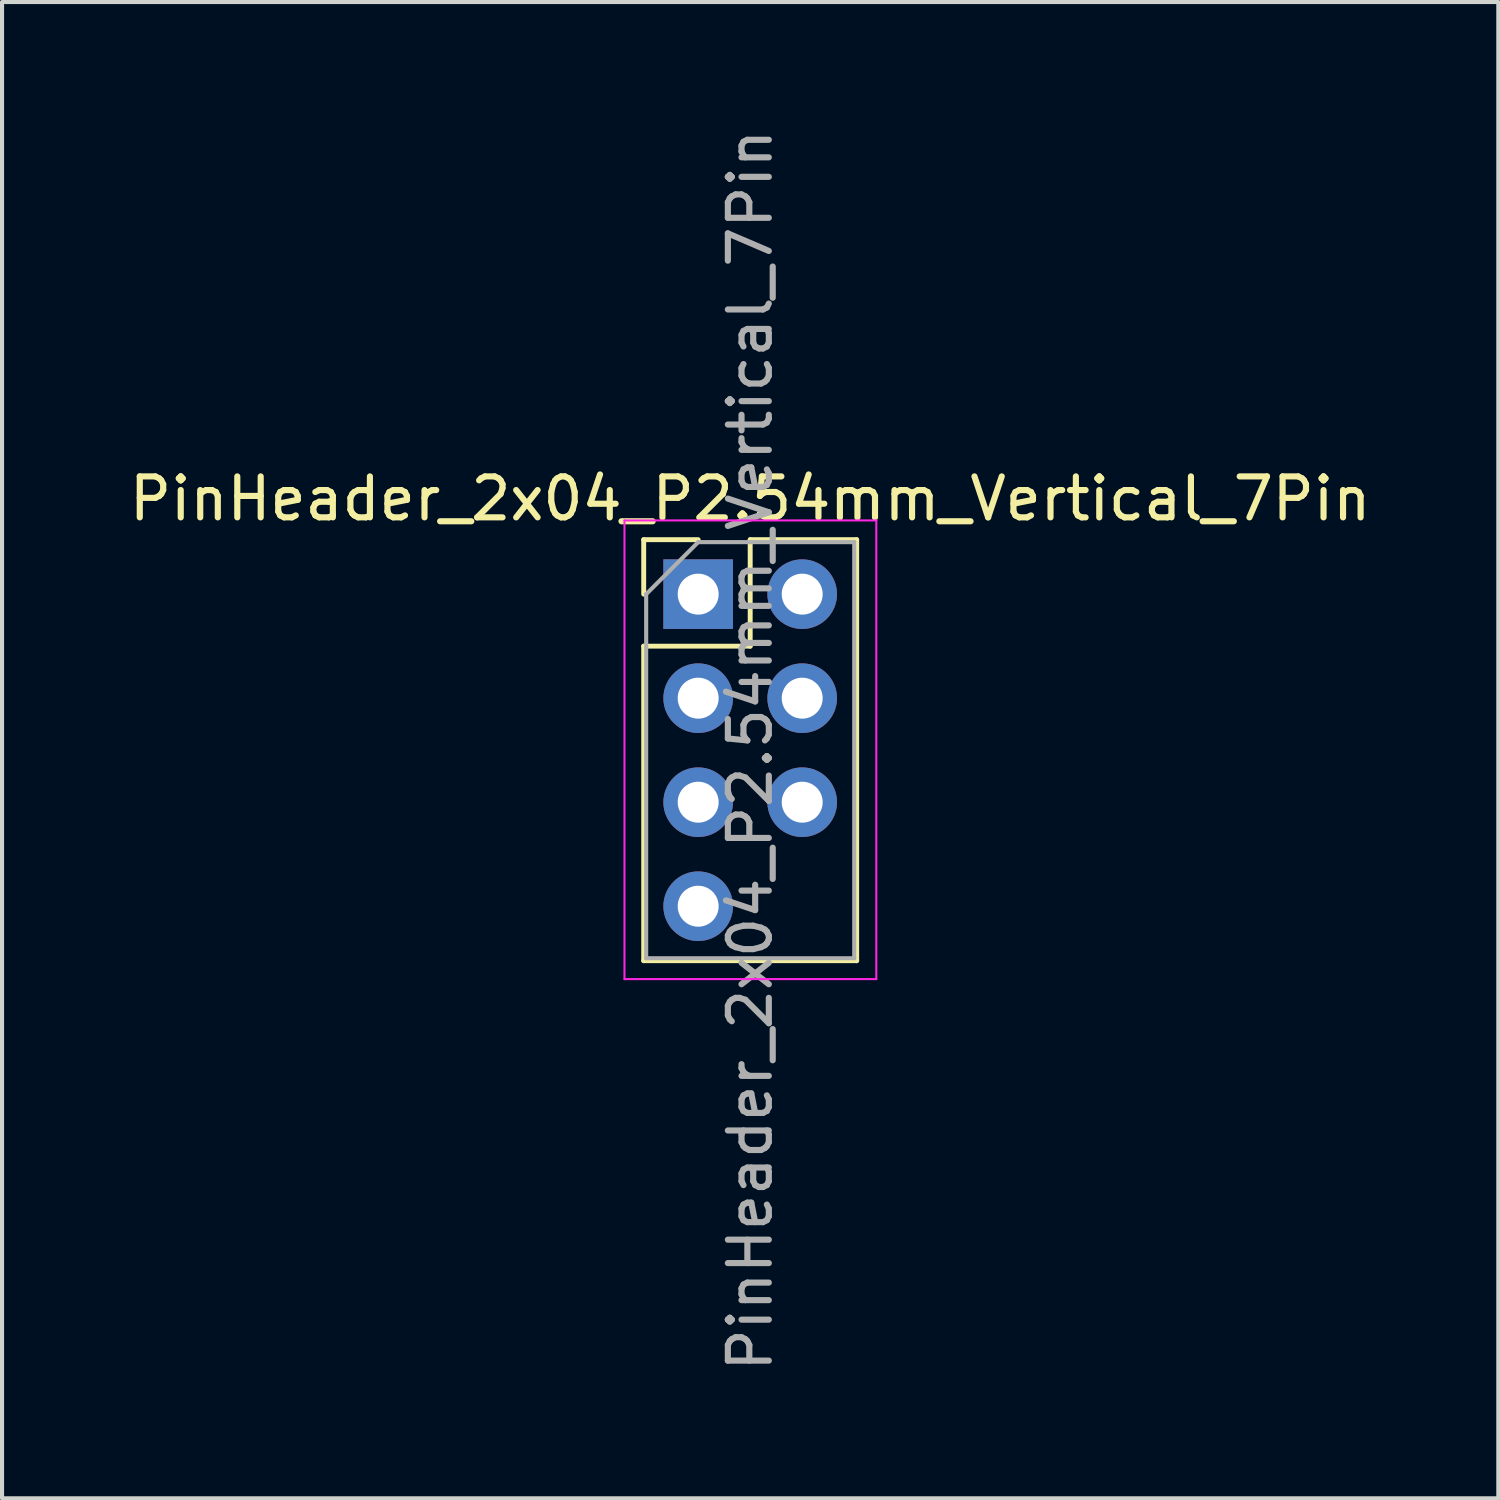
<source format=kicad_pcb>
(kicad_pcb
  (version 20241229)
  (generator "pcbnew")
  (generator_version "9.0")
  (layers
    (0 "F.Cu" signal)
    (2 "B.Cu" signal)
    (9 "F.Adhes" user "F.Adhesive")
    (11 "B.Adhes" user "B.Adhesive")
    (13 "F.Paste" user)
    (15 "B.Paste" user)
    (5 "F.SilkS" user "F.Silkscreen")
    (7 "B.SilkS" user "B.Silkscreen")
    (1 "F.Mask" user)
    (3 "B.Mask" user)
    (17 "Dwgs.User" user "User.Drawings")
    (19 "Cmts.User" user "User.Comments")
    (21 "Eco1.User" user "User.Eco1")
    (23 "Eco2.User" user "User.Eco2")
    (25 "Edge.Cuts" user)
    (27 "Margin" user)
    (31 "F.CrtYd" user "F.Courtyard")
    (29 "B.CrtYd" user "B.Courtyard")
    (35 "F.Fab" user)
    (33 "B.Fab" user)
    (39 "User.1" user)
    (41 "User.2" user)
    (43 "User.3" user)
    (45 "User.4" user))
  (footprint "PinHeader_2x04_P2.54mm_Vertical_7Pin"
    (layer "F.Cu")
    (at 13.998 11.458)
    (property "Reference" "PinHeader_2x04_P2.54mm_Vertical_7Pin" (at 1.27 -2.33 0) (layer "F.SilkS") (effects (font (size 1 1) (thickness 0.15))))
    (attr through_hole)
    (fp_line (start -1.33 -1.33) (end 0 -1.33) (stroke (width 0.12) (type solid)) (layer "F.SilkS"))
    (fp_line (start -1.33 0) (end -1.33 -1.33) (stroke (width 0.12) (type solid)) (layer "F.SilkS"))
    (fp_line (start -1.33 1.27) (end -1.33 8.95) (stroke (width 0.12) (type solid)) (layer "F.SilkS"))
    (fp_line (start -1.33 1.27) (end 1.27 1.27) (stroke (width 0.12) (type solid)) (layer "F.SilkS"))
    (fp_line (start -1.33 8.95) (end 3.87 8.95) (stroke (width 0.12) (type solid)) (layer "F.SilkS"))
    (fp_line (start 1.27 -1.33) (end 3.87 -1.33) (stroke (width 0.12) (type solid)) (layer "F.SilkS"))
    (fp_line (start 1.27 1.27) (end 1.27 -1.33) (stroke (width 0.12) (type solid)) (layer "F.SilkS"))
    (fp_line (start 3.87 -1.33) (end 3.87 8.95) (stroke (width 0.12) (type solid)) (layer "F.SilkS"))
    (fp_line (start -1.8 -1.8) (end -1.8 9.4) (stroke (width 0.05) (type solid)) (layer "F.CrtYd"))
    (fp_line (start -1.8 9.4) (end 4.35 9.4) (stroke (width 0.05) (type solid)) (layer "F.CrtYd"))
    (fp_line (start 4.35 -1.8) (end -1.8 -1.8) (stroke (width 0.05) (type solid)) (layer "F.CrtYd"))
    (fp_line (start 4.35 9.4) (end 4.35 -1.8) (stroke (width 0.05) (type solid)) (layer "F.CrtYd"))
    (fp_line (start -1.27 0) (end 0 -1.27) (stroke (width 0.1) (type solid)) (layer "F.Fab"))
    (fp_line (start -1.27 8.89) (end -1.27 0) (stroke (width 0.1) (type solid)) (layer "F.Fab"))
    (fp_line (start 0 -1.27) (end 3.81 -1.27) (stroke (width 0.1) (type solid)) (layer "F.Fab"))
    (fp_line (start 3.81 -1.27) (end 3.81 8.89) (stroke (width 0.1) (type solid)) (layer "F.Fab"))
    (fp_line (start 3.81 8.89) (end -1.27 8.89) (stroke (width 0.1) (type solid)) (layer "F.Fab"))
    (fp_text user "${REFERENCE}" (at 1.27 3.81 90) (layer "F.Fab") (effects (font (size 1 1) (thickness 0.15))))
    (pad "1" thru_hole rect (at 0 0) (size 1.7 1.7) (drill 1) (layers "*.Cu" "*.Mask"))
    (pad "2" thru_hole oval (at 2.54 0) (size 1.7 1.7) (drill 1) (layers "*.Cu" "*.Mask"))
    (pad "3" thru_hole oval (at 0 2.54) (size 1.7 1.7) (drill 1) (layers "*.Cu" "*.Mask"))
    (pad "4" thru_hole oval (at 2.54 2.54) (size 1.7 1.7) (drill 1) (layers "*.Cu" "*.Mask"))
    (pad "5" thru_hole oval (at 0 5.08) (size 1.7 1.7) (drill 1) (layers "*.Cu" "*.Mask"))
    (pad "6" thru_hole oval (at 2.54 5.08) (size 1.7 1.7) (drill 1) (layers "*.Cu" "*.Mask"))
    (pad "7" thru_hole oval (at 0 7.62) (size 1.7 1.7) (drill 1) (layers "*.Cu" "*.Mask")))
  (gr_rect
    (start -3 -3)
    (end 33.536 33.536)
    (stroke (width 0.1) (type default))
    (fill no)
    (layer "Edge.Cuts")))
</source>
